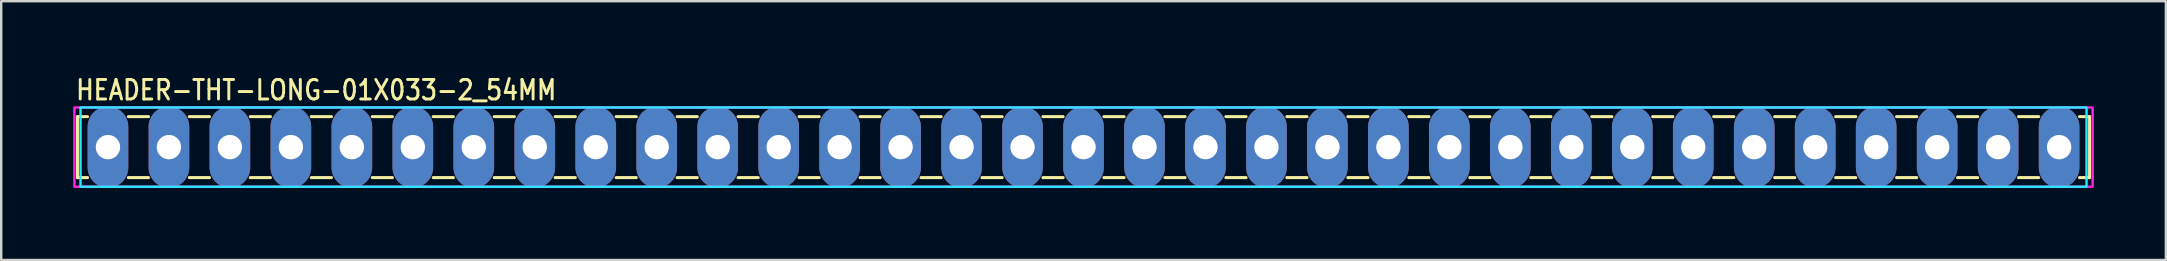
<source format=kicad_pcb>
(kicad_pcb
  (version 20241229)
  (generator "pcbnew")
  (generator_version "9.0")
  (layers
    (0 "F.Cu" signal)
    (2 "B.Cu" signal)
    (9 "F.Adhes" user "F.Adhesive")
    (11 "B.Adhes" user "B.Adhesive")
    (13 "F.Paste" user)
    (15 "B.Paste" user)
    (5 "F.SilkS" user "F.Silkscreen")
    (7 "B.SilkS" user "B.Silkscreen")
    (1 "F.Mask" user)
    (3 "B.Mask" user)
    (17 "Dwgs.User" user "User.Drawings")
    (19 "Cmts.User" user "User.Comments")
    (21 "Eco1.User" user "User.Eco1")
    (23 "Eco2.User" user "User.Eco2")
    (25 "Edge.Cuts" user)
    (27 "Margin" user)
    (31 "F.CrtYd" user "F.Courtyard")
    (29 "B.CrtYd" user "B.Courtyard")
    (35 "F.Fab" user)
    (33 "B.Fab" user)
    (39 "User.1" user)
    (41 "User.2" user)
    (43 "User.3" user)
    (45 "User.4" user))
  (footprint "HEADER-THT-LONG-01X033-2_54MM"
    (layer "F.Cu")
    (at 1.447 3.079)
    (property "Reference" "HEADER-THT-LONG-01X033-2_54MM" (at -1.4 -1.9 0) (unlocked yes) (layer "F.SilkS") (effects (font (size 0.813 0.695) (thickness 0.122)) (justify left bottom)))
    (fp_line (start -1.27 -1.27) (end -1.27 1.27) (stroke (width 0.127) (type solid)) (layer "F.SilkS"))
    (fp_line (start -1.27 1.27) (end -0.85 1.27) (stroke (width 0.127) (type solid)) (layer "F.SilkS"))
    (fp_line (start -0.85 -1.27) (end -1.27 -1.27) (stroke (width 0.127) (type solid)) (layer "F.SilkS"))
    (fp_line (start 0.85 -1.27) (end 1.69 -1.27) (stroke (width 0.127) (type solid)) (layer "F.SilkS"))
    (fp_line (start 0.85 1.27) (end 1.69 1.27) (stroke (width 0.127) (type solid)) (layer "F.SilkS"))
    (fp_line (start 3.39 -1.27) (end 4.23 -1.27) (stroke (width 0.127) (type solid)) (layer "F.SilkS"))
    (fp_line (start 3.39 1.27) (end 4.23 1.27) (stroke (width 0.127) (type solid)) (layer "F.SilkS"))
    (fp_line (start 5.93 -1.27) (end 6.77 -1.27) (stroke (width 0.127) (type solid)) (layer "F.SilkS"))
    (fp_line (start 5.93 1.27) (end 6.77 1.27) (stroke (width 0.127) (type solid)) (layer "F.SilkS"))
    (fp_line (start 8.47 -1.27) (end 9.31 -1.27) (stroke (width 0.127) (type solid)) (layer "F.SilkS"))
    (fp_line (start 8.47 1.27) (end 9.31 1.27) (stroke (width 0.127) (type solid)) (layer "F.SilkS"))
    (fp_line (start 11.01 -1.27) (end 11.85 -1.27) (stroke (width 0.127) (type solid)) (layer "F.SilkS"))
    (fp_line (start 11.01 1.27) (end 11.85 1.27) (stroke (width 0.127) (type solid)) (layer "F.SilkS"))
    (fp_line (start 13.55 -1.27) (end 14.39 -1.27) (stroke (width 0.127) (type solid)) (layer "F.SilkS"))
    (fp_line (start 13.55 1.27) (end 14.39 1.27) (stroke (width 0.127) (type solid)) (layer "F.SilkS"))
    (fp_line (start 16.09 -1.27) (end 16.93 -1.27) (stroke (width 0.127) (type solid)) (layer "F.SilkS"))
    (fp_line (start 16.09 1.27) (end 16.93 1.27) (stroke (width 0.127) (type solid)) (layer "F.SilkS"))
    (fp_line (start 18.63 -1.27) (end 19.47 -1.27) (stroke (width 0.127) (type solid)) (layer "F.SilkS"))
    (fp_line (start 18.63 1.27) (end 19.47 1.27) (stroke (width 0.127) (type solid)) (layer "F.SilkS"))
    (fp_line (start 21.17 -1.27) (end 22.01 -1.27) (stroke (width 0.127) (type solid)) (layer "F.SilkS"))
    (fp_line (start 21.17 1.27) (end 22.01 1.27) (stroke (width 0.127) (type solid)) (layer "F.SilkS"))
    (fp_line (start 23.71 -1.27) (end 24.55 -1.27) (stroke (width 0.127) (type solid)) (layer "F.SilkS"))
    (fp_line (start 23.71 1.27) (end 24.55 1.27) (stroke (width 0.127) (type solid)) (layer "F.SilkS"))
    (fp_line (start 26.25 -1.27) (end 27.09 -1.27) (stroke (width 0.127) (type solid)) (layer "F.SilkS"))
    (fp_line (start 26.25 1.27) (end 27.09 1.27) (stroke (width 0.127) (type solid)) (layer "F.SilkS"))
    (fp_line (start 28.79 -1.27) (end 29.63 -1.27) (stroke (width 0.127) (type solid)) (layer "F.SilkS"))
    (fp_line (start 28.79 1.27) (end 29.63 1.27) (stroke (width 0.127) (type solid)) (layer "F.SilkS"))
    (fp_line (start 31.33 -1.27) (end 32.17 -1.27) (stroke (width 0.127) (type solid)) (layer "F.SilkS"))
    (fp_line (start 31.33 1.27) (end 32.17 1.27) (stroke (width 0.127) (type solid)) (layer "F.SilkS"))
    (fp_line (start 33.87 -1.27) (end 34.71 -1.27) (stroke (width 0.127) (type solid)) (layer "F.SilkS"))
    (fp_line (start 33.87 1.27) (end 34.71 1.27) (stroke (width 0.127) (type solid)) (layer "F.SilkS"))
    (fp_line (start 36.41 -1.27) (end 37.25 -1.27) (stroke (width 0.127) (type solid)) (layer "F.SilkS"))
    (fp_line (start 36.41 1.27) (end 37.25 1.27) (stroke (width 0.127) (type solid)) (layer "F.SilkS"))
    (fp_line (start 38.95 -1.27) (end 39.79 -1.27) (stroke (width 0.127) (type solid)) (layer "F.SilkS"))
    (fp_line (start 38.95 1.27) (end 39.79 1.27) (stroke (width 0.127) (type solid)) (layer "F.SilkS"))
    (fp_line (start 41.49 -1.27) (end 42.33 -1.27) (stroke (width 0.127) (type solid)) (layer "F.SilkS"))
    (fp_line (start 41.49 1.27) (end 42.33 1.27) (stroke (width 0.127) (type solid)) (layer "F.SilkS"))
    (fp_line (start 44.03 -1.27) (end 44.87 -1.27) (stroke (width 0.127) (type solid)) (layer "F.SilkS"))
    (fp_line (start 44.03 1.27) (end 44.87 1.27) (stroke (width 0.127) (type solid)) (layer "F.SilkS"))
    (fp_line (start 46.57 -1.27) (end 47.41 -1.27) (stroke (width 0.127) (type solid)) (layer "F.SilkS"))
    (fp_line (start 46.57 1.27) (end 47.41 1.27) (stroke (width 0.127) (type solid)) (layer "F.SilkS"))
    (fp_line (start 49.11 -1.27) (end 49.95 -1.27) (stroke (width 0.127) (type solid)) (layer "F.SilkS"))
    (fp_line (start 49.11 1.27) (end 49.95 1.27) (stroke (width 0.127) (type solid)) (layer "F.SilkS"))
    (fp_line (start 51.65 -1.27) (end 52.49 -1.27) (stroke (width 0.127) (type solid)) (layer "F.SilkS"))
    (fp_line (start 51.65 1.27) (end 52.49 1.27) (stroke (width 0.127) (type solid)) (layer "F.SilkS"))
    (fp_line (start 54.19 -1.27) (end 55.03 -1.27) (stroke (width 0.127) (type solid)) (layer "F.SilkS"))
    (fp_line (start 54.19 1.27) (end 55.03 1.27) (stroke (width 0.127) (type solid)) (layer "F.SilkS"))
    (fp_line (start 56.73 -1.27) (end 57.57 -1.27) (stroke (width 0.127) (type solid)) (layer "F.SilkS"))
    (fp_line (start 56.73 1.27) (end 57.57 1.27) (stroke (width 0.127) (type solid)) (layer "F.SilkS"))
    (fp_line (start 59.27 -1.27) (end 60.11 -1.27) (stroke (width 0.127) (type solid)) (layer "F.SilkS"))
    (fp_line (start 59.27 1.27) (end 60.11 1.27) (stroke (width 0.127) (type solid)) (layer "F.SilkS"))
    (fp_line (start 61.81 -1.27) (end 62.65 -1.27) (stroke (width 0.127) (type solid)) (layer "F.SilkS"))
    (fp_line (start 61.81 1.27) (end 62.65 1.27) (stroke (width 0.127) (type solid)) (layer "F.SilkS"))
    (fp_line (start 64.35 -1.27) (end 65.19 -1.27) (stroke (width 0.127) (type solid)) (layer "F.SilkS"))
    (fp_line (start 64.35 1.27) (end 65.19 1.27) (stroke (width 0.127) (type solid)) (layer "F.SilkS"))
    (fp_line (start 66.89 -1.27) (end 67.73 -1.27) (stroke (width 0.127) (type solid)) (layer "F.SilkS"))
    (fp_line (start 66.89 1.27) (end 67.73 1.27) (stroke (width 0.127) (type solid)) (layer "F.SilkS"))
    (fp_line (start 69.43 -1.27) (end 70.27 -1.27) (stroke (width 0.127) (type solid)) (layer "F.SilkS"))
    (fp_line (start 69.43 1.27) (end 70.27 1.27) (stroke (width 0.127) (type solid)) (layer "F.SilkS"))
    (fp_line (start 71.97 -1.27) (end 72.81 -1.27) (stroke (width 0.127) (type solid)) (layer "F.SilkS"))
    (fp_line (start 71.97 1.27) (end 72.81 1.27) (stroke (width 0.127) (type solid)) (layer "F.SilkS"))
    (fp_line (start 74.51 -1.27) (end 75.35 -1.27) (stroke (width 0.127) (type solid)) (layer "F.SilkS"))
    (fp_line (start 74.51 1.27) (end 75.35 1.27) (stroke (width 0.127) (type solid)) (layer "F.SilkS"))
    (fp_line (start 77.05 -1.27) (end 77.89 -1.27) (stroke (width 0.127) (type solid)) (layer "F.SilkS"))
    (fp_line (start 77.05 1.27) (end 77.89 1.27) (stroke (width 0.127) (type solid)) (layer "F.SilkS"))
    (fp_line (start 79.59 -1.27) (end 80.43 -1.27) (stroke (width 0.127) (type solid)) (layer "F.SilkS"))
    (fp_line (start 79.59 1.27) (end 80.43 1.27) (stroke (width 0.127) (type solid)) (layer "F.SilkS"))
    (fp_line (start 82.13 -1.27) (end 82.55 -1.27) (stroke (width 0.127) (type solid)) (layer "F.SilkS"))
    (fp_line (start 82.55 -1.27) (end 82.55 1.27) (stroke (width 0.127) (type solid)) (layer "F.SilkS"))
    (fp_line (start 82.55 1.27) (end 82.13 1.27) (stroke (width 0.127) (type solid)) (layer "F.SilkS"))
    (fp_poly (pts (xy -1.143 -1.651) (xy 82.423 -1.651) (xy 82.423 1.651) (xy -1.143 1.651)) (stroke (width 0.1) (type solid)) (fill no) (layer "B.CrtYd"))
    (fp_poly (pts (xy -1.397 -1.651) (xy 82.677 -1.651) (xy 82.677 1.651) (xy -1.397 1.651)) (stroke (width 0.1) (type solid)) (fill no) (layer "F.CrtYd"))
    (pad "1" thru_hole oval (at 0 0 90) (size 3.387 1.693) (drill 1.016) (layers "*.Cu" "*.Mask"))
    (pad "2" thru_hole oval (at 2.54 0 90) (size 3.387 1.693) (drill 1.016) (layers "*.Cu" "*.Mask"))
    (pad "3" thru_hole oval (at 5.08 0 90) (size 3.387 1.693) (drill 1.016) (layers "*.Cu" "*.Mask"))
    (pad "4" thru_hole oval (at 7.62 0 90) (size 3.387 1.693) (drill 1.016) (layers "*.Cu" "*.Mask"))
    (pad "5" thru_hole oval (at 10.16 0 90) (size 3.387 1.693) (drill 1.016) (layers "*.Cu" "*.Mask"))
    (pad "6" thru_hole oval (at 12.7 0 90) (size 3.387 1.693) (drill 1.016) (layers "*.Cu" "*.Mask"))
    (pad "7" thru_hole oval (at 15.24 0 90) (size 3.387 1.693) (drill 1.016) (layers "*.Cu" "*.Mask"))
    (pad "8" thru_hole oval (at 17.78 0 90) (size 3.387 1.693) (drill 1.016) (layers "*.Cu" "*.Mask"))
    (pad "9" thru_hole oval (at 20.32 0 90) (size 3.387 1.693) (drill 1.016) (layers "*.Cu" "*.Mask"))
    (pad "10" thru_hole oval (at 22.86 0 90) (size 3.387 1.693) (drill 1.016) (layers "*.Cu" "*.Mask"))
    (pad "11" thru_hole oval (at 25.4 0 90) (size 3.387 1.693) (drill 1.016) (layers "*.Cu" "*.Mask"))
    (pad "12" thru_hole oval (at 27.94 0 90) (size 3.387 1.693) (drill 1.016) (layers "*.Cu" "*.Mask"))
    (pad "13" thru_hole oval (at 30.48 0 90) (size 3.387 1.693) (drill 1.016) (layers "*.Cu" "*.Mask"))
    (pad "14" thru_hole oval (at 33.02 0 90) (size 3.387 1.693) (drill 1.016) (layers "*.Cu" "*.Mask"))
    (pad "15" thru_hole oval (at 35.56 0 90) (size 3.387 1.693) (drill 1.016) (layers "*.Cu" "*.Mask"))
    (pad "16" thru_hole oval (at 38.1 0 90) (size 3.387 1.693) (drill 1.016) (layers "*.Cu" "*.Mask"))
    (pad "17" thru_hole oval (at 40.64 0 90) (size 3.387 1.693) (drill 1.016) (layers "*.Cu" "*.Mask"))
    (pad "18" thru_hole oval (at 43.18 0 90) (size 3.387 1.693) (drill 1.016) (layers "*.Cu" "*.Mask"))
    (pad "19" thru_hole oval (at 45.72 0 90) (size 3.387 1.693) (drill 1.016) (layers "*.Cu" "*.Mask"))
    (pad "20" thru_hole oval (at 48.26 0 90) (size 3.387 1.693) (drill 1.016) (layers "*.Cu" "*.Mask"))
    (pad "21" thru_hole oval (at 50.8 0 90) (size 3.387 1.693) (drill 1.016) (layers "*.Cu" "*.Mask"))
    (pad "22" thru_hole oval (at 53.34 0 90) (size 3.387 1.693) (drill 1.016) (layers "*.Cu" "*.Mask"))
    (pad "23" thru_hole oval (at 55.88 0 90) (size 3.387 1.693) (drill 1.016) (layers "*.Cu" "*.Mask"))
    (pad "24" thru_hole oval (at 58.42 0 90) (size 3.387 1.693) (drill 1.016) (layers "*.Cu" "*.Mask"))
    (pad "25" thru_hole oval (at 60.96 0 90) (size 3.387 1.693) (drill 1.016) (layers "*.Cu" "*.Mask"))
    (pad "26" thru_hole oval (at 63.5 0 90) (size 3.387 1.693) (drill 1.016) (layers "*.Cu" "*.Mask"))
    (pad "27" thru_hole oval (at 66.04 0 90) (size 3.387 1.693) (drill 1.016) (layers "*.Cu" "*.Mask"))
    (pad "28" thru_hole oval (at 68.58 0 90) (size 3.387 1.693) (drill 1.016) (layers "*.Cu" "*.Mask"))
    (pad "29" thru_hole oval (at 71.12 0 90) (size 3.387 1.693) (drill 1.016) (layers "*.Cu" "*.Mask"))
    (pad "30" thru_hole oval (at 73.66 0 90) (size 3.387 1.693) (drill 1.016) (layers "*.Cu" "*.Mask"))
    (pad "31" thru_hole oval (at 76.2 0 90) (size 3.387 1.693) (drill 1.016) (layers "*.Cu" "*.Mask"))
    (pad "32" thru_hole oval (at 78.74 0 90) (size 3.387 1.693) (drill 1.016) (layers "*.Cu" "*.Mask"))
    (pad "33" thru_hole oval (at 81.28 0 90) (size 3.387 1.693) (drill 1.016) (layers "*.Cu" "*.Mask")))
  (gr_rect
    (start -3 -3)
    (end 87.174 7.78)
    (stroke (width 0.1) (type default))
    (fill no)
    (layer "Edge.Cuts")))
</source>
